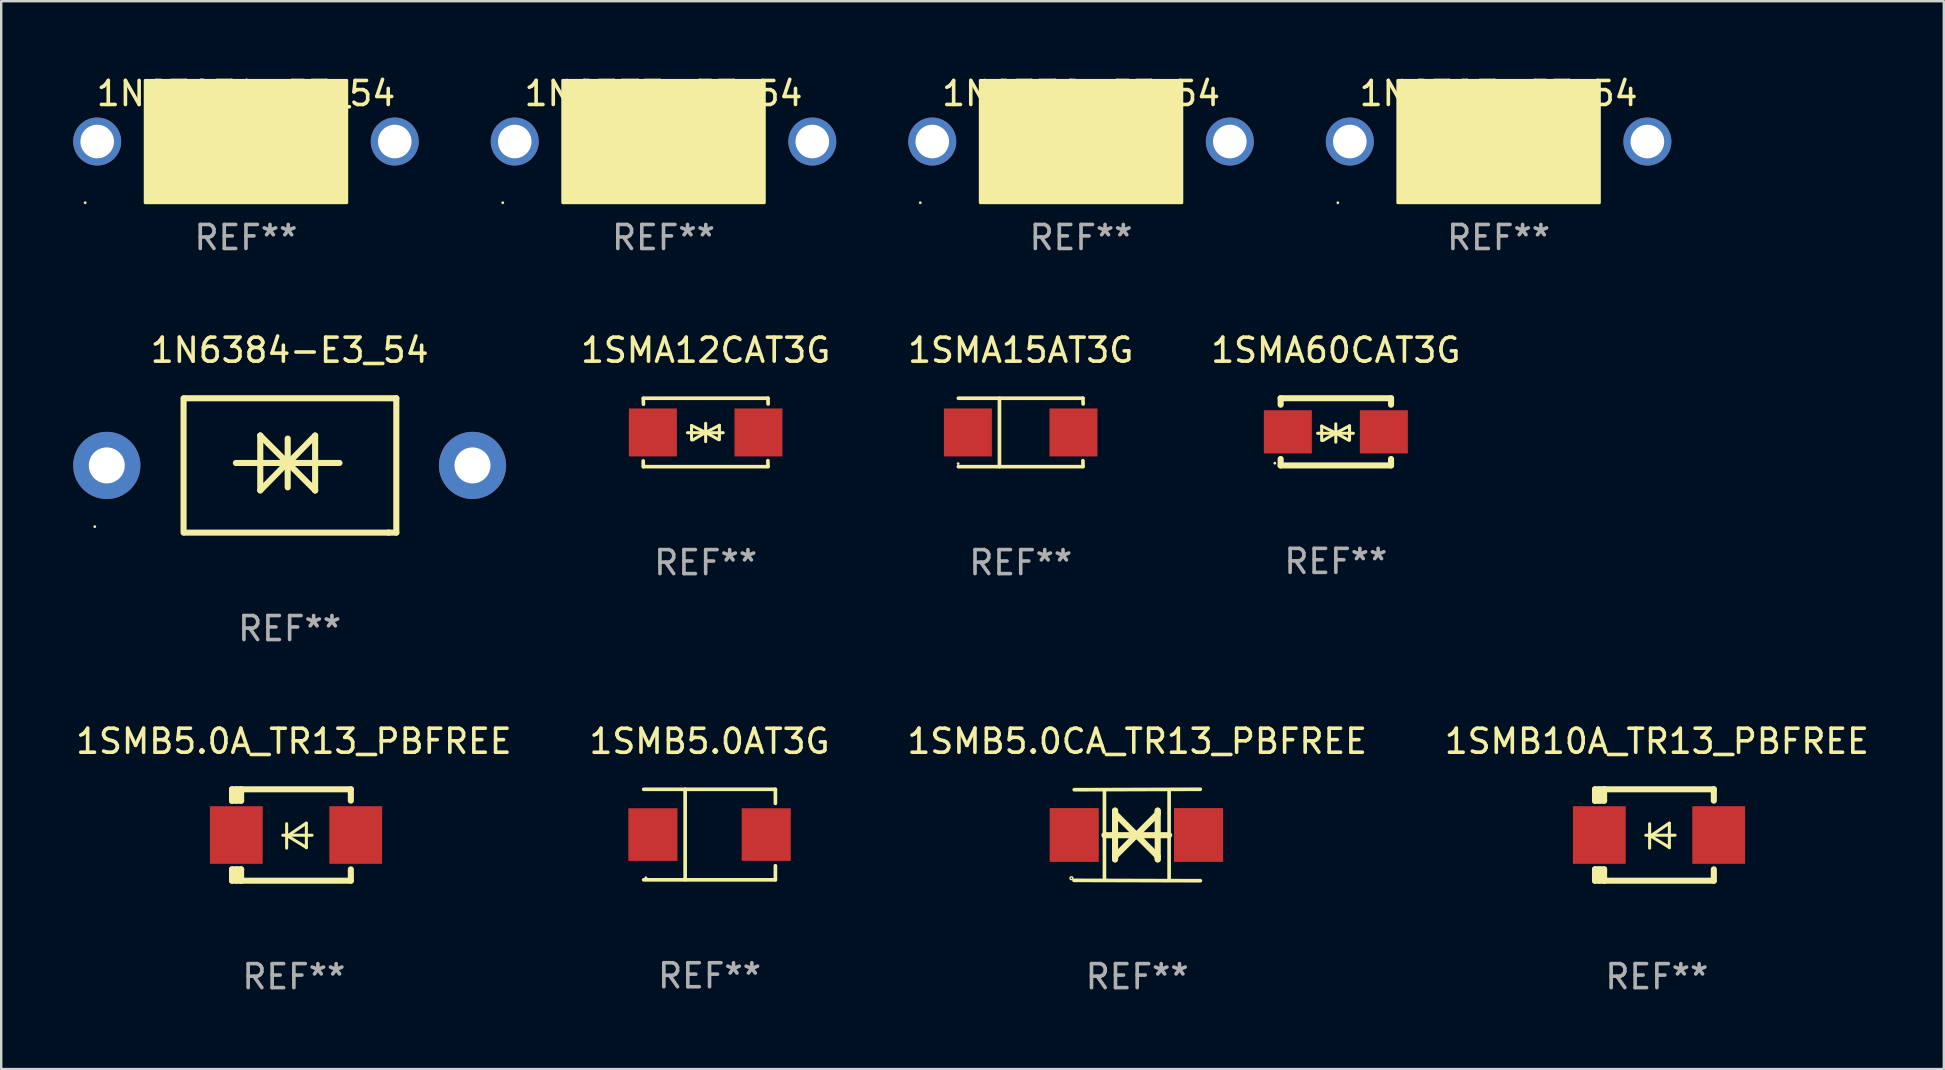
<source format=kicad_pcb>
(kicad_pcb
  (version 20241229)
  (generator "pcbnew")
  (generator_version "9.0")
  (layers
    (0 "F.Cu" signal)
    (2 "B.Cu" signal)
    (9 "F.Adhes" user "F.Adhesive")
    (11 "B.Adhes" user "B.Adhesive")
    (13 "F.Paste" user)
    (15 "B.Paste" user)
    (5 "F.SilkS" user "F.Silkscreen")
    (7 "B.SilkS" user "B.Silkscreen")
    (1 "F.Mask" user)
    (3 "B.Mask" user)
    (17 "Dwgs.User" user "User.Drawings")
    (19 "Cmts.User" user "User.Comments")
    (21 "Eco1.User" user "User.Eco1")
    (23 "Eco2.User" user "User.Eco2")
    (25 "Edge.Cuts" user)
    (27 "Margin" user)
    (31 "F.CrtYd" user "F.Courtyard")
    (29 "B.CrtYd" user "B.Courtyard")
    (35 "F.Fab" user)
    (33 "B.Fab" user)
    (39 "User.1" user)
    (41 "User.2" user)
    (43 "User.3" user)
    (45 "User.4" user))
  (footprint "1SMA12CAT3G"
    (layer "F.Cu")
    (at 26.356 14.971)
    (property "Reference" "1SMA12CAT3G" (at 0 -3.426 0) (layer "F.SilkS") (effects (font (size 1 1) (thickness 0.15))))
    (attr through_hole)
    (fp_line (start -2.596 -1.426) (end 2.596 -1.426) (stroke (width 0.152) (type solid)) (layer "F.SilkS"))
    (fp_line (start -2.596 1.426) (end -2.603 1.187) (stroke (width 0.152) (type solid)) (layer "F.SilkS"))
    (fp_line (start -2.596 1.426) (end 2.596 1.426) (stroke (width 0.152) (type solid)) (layer "F.SilkS"))
    (fp_line (start -2.593 -1.176) (end -2.6 -1.415) (stroke (width 0.152) (type solid)) (layer "F.SilkS"))
    (fp_line (start -0.758 0.011) (end 0.732 0.011) (stroke (width 0.127) (type solid)) (layer "F.SilkS"))
    (fp_line (start -0.588 -0.289) (end -0.588 0.311) (stroke (width 0.127) (type solid)) (layer "F.SilkS"))
    (fp_line (start -0.588 -0.289) (end 0 0) (stroke (width 0.127) (type solid)) (layer "F.SilkS"))
    (fp_line (start -0.528 0.311) (end 0 0) (stroke (width 0.127) (type solid)) (layer "F.SilkS"))
    (fp_line (start 0 0) (end 0 -0.381) (stroke (width 0.127) (type solid)) (layer "F.SilkS"))
    (fp_line (start 0 0) (end 0 0.381) (stroke (width 0.127) (type solid)) (layer "F.SilkS"))
    (fp_line (start 0.542 0.301) (end 0 0) (stroke (width 0.127) (type solid)) (layer "F.SilkS"))
    (fp_line (start 0.572 -0.299) (end 0 0) (stroke (width 0.127) (type solid)) (layer "F.SilkS"))
    (fp_line (start 0.572 -0.299) (end 0.572 0.301) (stroke (width 0.127) (type solid)) (layer "F.SilkS"))
    (fp_line (start 2.593 1.176) (end 2.6 1.415) (stroke (width 0.152) (type solid)) (layer "F.SilkS"))
    (fp_line (start 2.596 -1.426) (end 2.603 -1.187) (stroke (width 0.152) (type solid)) (layer "F.SilkS"))
    (fp_circle (center -2.605 1.3) (end -2.575 1.3) (stroke (width 0.06) (type solid)) (fill no) (layer "F.SilkS"))
    (fp_text user "REF**" (at 0 5.426 0) (layer "F.Fab") (effects (font (size 1 1) (thickness 0.15))))
    (pad "1" smd rect (at -2.2 0 180) (size 2 2) (layers "F.Cu" "F.Mask" "F.Paste"))
    (pad "2" smd rect (at 2.2 0 180) (size 2 2) (layers "F.Cu" "F.Mask" "F.Paste")))
  (footprint "1N6303A-E3_54"
    (layer "F.Cu")
    (at 7.2 2.848)
    (property "Reference" "1N6303A-E3_54" (at 0 -2 0) (layer "F.SilkS") (effects (font (size 1 1) (thickness 0.15))))
    (attr through_hole)
    (fp_circle (center -6.7 2.55) (end -6.67 2.55) (stroke (width 0.06) (type solid)) (fill no) (layer "F.SilkS"))
    (fp_poly (pts (xy -4.2 -2.55) (xy 4.2 -2.55) (xy 4.2 2.55) (xy -4.2 2.55)) (stroke (width 0.12) (type solid)) (fill yes) (layer "F.SilkS"))
    (fp_text user "REF**" (at 0 4 0) (layer "F.Fab") (effects (font (size 1 1) (thickness 0.15))))
    (pad "1" thru_hole circle (at -6.2 0) (size 2 2) (drill 1.4) (layers "*.Cu" "*.Mask"))
    (pad "2" thru_hole circle (at 6.2 0) (size 2 2) (drill 1.4) (layers "*.Cu" "*.Mask")))
  (footprint "1N6376-E3_54"
    (layer "F.Cu")
    (at 41.999 2.848)
    (property "Reference" "1N6376-E3_54" (at 0 -2 0) (layer "F.SilkS") (effects (font (size 1 1) (thickness 0.15))))
    (attr through_hole)
    (fp_circle (center -6.7 2.55) (end -6.67 2.55) (stroke (width 0.06) (type solid)) (fill no) (layer "F.SilkS"))
    (fp_poly (pts (xy -4.2 -2.55) (xy 4.2 -2.55) (xy 4.2 2.55) (xy -4.2 2.55)) (stroke (width 0.12) (type solid)) (fill yes) (layer "F.SilkS"))
    (fp_text user "REF**" (at 0 4 0) (layer "F.Fab") (effects (font (size 1 1) (thickness 0.15))))
    (pad "1" thru_hole circle (at -6.2 0) (size 2 2) (drill 1.4) (layers "*.Cu" "*.Mask"))
    (pad "2" thru_hole circle (at 6.2 0) (size 2 2) (drill 1.4) (layers "*.Cu" "*.Mask")))
  (footprint "1N6373-E3_54"
    (layer "F.Cu")
    (at 24.6 2.848)
    (property "Reference" "1N6373-E3_54" (at 0 -2 0) (layer "F.SilkS") (effects (font (size 1 1) (thickness 0.15))))
    (attr through_hole)
    (fp_circle (center -6.7 2.55) (end -6.67 2.55) (stroke (width 0.06) (type solid)) (fill no) (layer "F.SilkS"))
    (fp_poly (pts (xy -4.2 -2.55) (xy 4.2 -2.55) (xy 4.2 2.55) (xy -4.2 2.55)) (stroke (width 0.12) (type solid)) (fill yes) (layer "F.SilkS"))
    (fp_text user "REF**" (at 0 4 0) (layer "F.Fab") (effects (font (size 1 1) (thickness 0.15))))
    (pad "1" thru_hole circle (at -6.2 0) (size 2 2) (drill 1.4) (layers "*.Cu" "*.Mask"))
    (pad "2" thru_hole circle (at 6.2 0) (size 2 2) (drill 1.4) (layers "*.Cu" "*.Mask")))
  (footprint "1N6384-E3_54"
    (layer "F.Cu")
    (at 9.02 16.345)
    (property "Reference" "1N6384-E3_54" (at 0 -4.8 0) (layer "F.SilkS") (effects (font (size 1 1) (thickness 0.15))))
    (attr through_hole)
    (fp_line (start -4.42 2.8) (end -4.42 -2.8) (stroke (width 0.254) (type solid)) (layer "F.SilkS"))
    (fp_line (start -4.379 -2.799) (end 4.445 -2.799) (stroke (width 0.254) (type solid)) (layer "F.SilkS"))
    (fp_line (start -2.24 -0.102) (end 2.078 -0.102) (stroke (width 0.254) (type solid)) (layer "F.SilkS"))
    (fp_line (start -1.224 -1.245) (end -1.224 1.041) (stroke (width 0.254) (type solid)) (layer "F.SilkS"))
    (fp_line (start -1.224 -1.242) (end -1.224 -1.245) (stroke (width 0.254) (type solid)) (layer "F.SilkS"))
    (fp_line (start -0.081 -1.118) (end -0.081 0.914) (stroke (width 0.254) (type solid)) (layer "F.SilkS"))
    (fp_line (start -0.081 -0.125) (end -1.224 1.041) (stroke (width 0.254) (type solid)) (layer "F.SilkS"))
    (fp_line (start -0.081 -0.105) (end 1.062 1.038) (stroke (width 0.254) (type solid)) (layer "F.SilkS"))
    (fp_line (start -0.081 -0.099) (end -1.224 -1.242) (stroke (width 0.254) (type solid)) (layer "F.SilkS"))
    (fp_line (start -0.081 -0.079) (end 1.062 -1.245) (stroke (width 0.254) (type solid)) (layer "F.SilkS"))
    (fp_line (start 1.062 1.038) (end 1.062 1.041) (stroke (width 0.254) (type solid)) (layer "F.SilkS"))
    (fp_line (start 1.062 1.041) (end 1.062 -1.245) (stroke (width 0.254) (type solid)) (layer "F.SilkS"))
    (fp_line (start 4.12 2.8) (end -4.38 2.8) (stroke (width 0.254) (type solid)) (layer "F.SilkS"))
    (fp_line (start 4.445 -2.799) (end 4.445 2.799) (stroke (width 0.254) (type solid)) (layer "F.SilkS"))
    (fp_line (start 4.445 2.799) (end 4.12 2.799) (stroke (width 0.254) (type solid)) (layer "F.SilkS"))
    (fp_circle (center -8.12 2.55) (end -8.09 2.55) (stroke (width 0.06) (type solid)) (fill no) (layer "F.SilkS"))
    (fp_text user "REF**" (at 0 6.8 0) (layer "F.Fab") (effects (font (size 1 1) (thickness 0.15))))
    (pad "1" thru_hole circle (at -7.62 0) (size 2.8 2.8) (drill 1.5) (layers "*.Cu" "*.Mask"))
    (pad "2" thru_hole circle (at 7.62 0) (size 2.8 2.8) (drill 1.5) (layers "*.Cu" "*.Mask")))
  (footprint "1N6383-E3_54"
    (layer "F.Cu")
    (at 59.399 2.848)
    (property "Reference" "1N6383-E3_54" (at 0 -2 0) (layer "F.SilkS") (effects (font (size 1 1) (thickness 0.15))))
    (attr through_hole)
    (fp_circle (center -6.7 2.55) (end -6.67 2.55) (stroke (width 0.06) (type solid)) (fill no) (layer "F.SilkS"))
    (fp_poly (pts (xy -4.2 -2.55) (xy 4.2 -2.55) (xy 4.2 2.55) (xy -4.2 2.55)) (stroke (width 0.12) (type solid)) (fill yes) (layer "F.SilkS"))
    (fp_text user "REF**" (at 0 4 0) (layer "F.Fab") (effects (font (size 1 1) (thickness 0.15))))
    (pad "1" thru_hole circle (at -6.2 0) (size 2 2) (drill 1.4) (layers "*.Cu" "*.Mask"))
    (pad "2" thru_hole circle (at 6.2 0) (size 2 2) (drill 1.4) (layers "*.Cu" "*.Mask")))
  (footprint "1SMB5.0AT3G"
    (layer "F.Cu")
    (at 26.518 31.728)
    (property "Reference" "1SMB5.0AT3G" (at 0 -3.886 0) (layer "F.SilkS") (effects (font (size 1 1) (thickness 0.15))))
    (attr through_hole)
    (fp_line (start -2.744 -1.886) (end 2.744 -1.886) (stroke (width 0.152) (type solid)) (layer "F.SilkS"))
    (fp_line (start -2.744 1.886) (end 2.744 1.886) (stroke (width 0.152) (type solid)) (layer "F.SilkS"))
    (fp_line (start -1.016 -1.886) (end -1.016 1.886) (stroke (width 0.152) (type solid)) (layer "F.SilkS"))
    (fp_line (start 2.744 -1.886) (end 2.744 -1.299) (stroke (width 0.152) (type solid)) (layer "F.SilkS"))
    (fp_line (start 2.744 1.886) (end 2.744 1.299) (stroke (width 0.152) (type solid)) (layer "F.SilkS"))
    (fp_circle (center -2.65 1.8) (end -2.62 1.8) (stroke (width 0.06) (type solid)) (fill no) (layer "F.SilkS"))
    (fp_text user "REF**" (at 0 5.886 0) (layer "F.Fab") (effects (font (size 1 1) (thickness 0.15))))
    (pad "1" smd rect (at -2.361 0) (size 2.047 2.192) (layers "F.Cu" "F.Mask" "F.Paste"))
    (pad "2" smd rect (at 2.361 0) (size 2.047 2.192) (layers "F.Cu" "F.Mask" "F.Paste")))
  (footprint "1SMB5.0CA_TR13_PBFREE"
    (layer "F.Cu")
    (at 44.339 31.746)
    (property "Reference" "1SMB5.0CA_TR13_PBFREE" (at 0 -3.905 0) (layer "F.SilkS") (effects (font (size 1 1) (thickness 0.15))))
    (attr through_hole)
    (fp_line (start -1.365 1.886) (end -1.365 -1.886) (stroke (width 0.152) (type solid)) (layer "F.SilkS"))
    (fp_line (start -1.365 0.008) (end 1.33 0.008) (stroke (width 0.254) (type solid)) (layer "F.SilkS"))
    (fp_line (start -0.923 -1.016) (end -0.923 1.016) (stroke (width 0.254) (type solid)) (layer "F.SilkS"))
    (fp_line (start -0.923 -0.889) (end -0.923 -1.016) (stroke (width 0.254) (type solid)) (layer "F.SilkS"))
    (fp_line (start -0.923 0.889) (end -0.034 0) (stroke (width 0.254) (type solid)) (layer "F.SilkS"))
    (fp_line (start -0.923 1.016) (end -0.923 0.889) (stroke (width 0.254) (type solid)) (layer "F.SilkS"))
    (fp_line (start -0.034 0) (end -0.923 -0.889) (stroke (width 0.254) (type solid)) (layer "F.SilkS"))
    (fp_line (start -0.034 0) (end 0.855 0.889) (stroke (width 0.254) (type solid)) (layer "F.SilkS"))
    (fp_line (start 0.855 -1.016) (end 0.855 -0.889) (stroke (width 0.254) (type solid)) (layer "F.SilkS"))
    (fp_line (start 0.855 -0.889) (end -0.034 0) (stroke (width 0.254) (type solid)) (layer "F.SilkS"))
    (fp_line (start 0.855 0.889) (end 0.855 1.016) (stroke (width 0.254) (type solid)) (layer "F.SilkS"))
    (fp_line (start 0.855 1.016) (end 0.855 -1.016) (stroke (width 0.254) (type solid)) (layer "F.SilkS"))
    (fp_line (start 1.33 1.886) (end 1.33 -1.886) (stroke (width 0.152) (type solid)) (layer "F.SilkS"))
    (fp_line (start 2.629 -1.905) (end -2.625 -1.887) (stroke (width 0.152) (type solid)) (layer "F.SilkS"))
    (fp_line (start 2.633 1.905) (end -2.633 1.89) (stroke (width 0.152) (type solid)) (layer "F.SilkS"))
    (fp_circle (center -2.741 1.8) (end -2.712 1.8) (stroke (width 0.06) (type solid)) (fill no) (layer "F.SilkS"))
    (fp_text user "REF**" (at 0 5.905 0) (layer "F.Fab") (effects (font (size 1 1) (thickness 0.15))))
    (pad "1" smd rect (at -2.625 0) (size 2.047 2.241) (layers "F.Cu" "F.Mask" "F.Paste"))
    (pad "2" smd rect (at 2.557 0) (size 2.047 2.241) (layers "F.Cu" "F.Mask" "F.Paste")))
  (footprint "1SMB5.0A_TR13_PBFREE"
    (layer "F.Cu")
    (at 9.196 31.746)
    (property "Reference" "1SMB5.0A_TR13_PBFREE" (at 0 -3.905 0) (layer "F.SilkS") (effects (font (size 1 1) (thickness 0.15))))
    (attr through_hole)
    (fp_line (start -2.577 -1.905) (end -2.577 -1.431) (stroke (width 0.254) (type solid)) (layer "F.SilkS"))
    (fp_line (start -2.577 1.431) (end -2.577 1.905) (stroke (width 0.254) (type solid)) (layer "F.SilkS"))
    (fp_line (start -2.577 1.431) (end -2.198 1.431) (stroke (width 0.254) (type solid)) (layer "F.SilkS"))
    (fp_line (start -2.577 1.905) (end -2.198 1.905) (stroke (width 0.254) (type solid)) (layer "F.SilkS"))
    (fp_line (start -2.577 -1.431) (end -2.577 -1.431) (stroke (width 0.254) (type solid)) (layer "F.SilkS"))
    (fp_line (start -2.395 -1.431) (end -2.395 -1.905) (stroke (width 0.254) (type solid)) (layer "F.SilkS"))
    (fp_line (start -2.395 1.905) (end -2.395 1.431) (stroke (width 0.254) (type solid)) (layer "F.SilkS"))
    (fp_line (start -2.198 -1.905) (end -2.577 -1.905) (stroke (width 0.254) (type solid)) (layer "F.SilkS"))
    (fp_line (start -2.198 -1.905) (end 2.374 -1.905) (stroke (width 0.254) (type solid)) (layer "F.SilkS"))
    (fp_line (start -2.198 -1.431) (end -2.577 -1.431) (stroke (width 0.254) (type solid)) (layer "F.SilkS"))
    (fp_line (start -2.198 -1.431) (end -2.198 -1.905) (stroke (width 0.254) (type solid)) (layer "F.SilkS"))
    (fp_line (start -2.198 1.905) (end -2.198 1.431) (stroke (width 0.254) (type solid)) (layer "F.SilkS"))
    (fp_line (start -0.46 0.01) (end 0.759 0.01) (stroke (width 0.127) (type solid)) (layer "F.SilkS"))
    (fp_line (start -0.301 -0.47) (end -0.301 0.546) (stroke (width 0.127) (type solid)) (layer "F.SilkS"))
    (fp_line (start -0.262 0.04) (end 0.521 0.52) (stroke (width 0.127) (type solid)) (layer "F.SilkS"))
    (fp_line (start 0.521 -0.5) (end -0.262 0.04) (stroke (width 0.127) (type solid)) (layer "F.SilkS"))
    (fp_line (start 0.521 0.53) (end 0.521 -0.486) (stroke (width 0.127) (type solid)) (layer "F.SilkS"))
    (fp_line (start 2.374 -1.905) (end 2.374 -1.431) (stroke (width 0.254) (type solid)) (layer "F.SilkS"))
    (fp_line (start 2.374 1.431) (end 2.374 1.905) (stroke (width 0.254) (type solid)) (layer "F.SilkS"))
    (fp_line (start 2.374 1.905) (end -2.198 1.905) (stroke (width 0.254) (type solid)) (layer "F.SilkS"))
    (fp_circle (center -2.561 1.8) (end -2.531 1.8) (stroke (width 0.06) (type solid)) (fill no) (layer "F.SilkS"))
    (fp_text user "REF**" (at 0 5.905 0) (layer "F.Fab") (effects (font (size 1 1) (thickness 0.15))))
    (pad "1" smd rect (at -2.398 -0.000025) (size 2.2 2.4) (layers "F.Cu" "F.Mask" "F.Paste"))
    (pad "2" smd rect (at 2.577 -0.000025) (size 2.2 2.4) (layers "F.Cu" "F.Mask" "F.Paste")))
  (footprint "1SMB10A_TR13_PBFREE"
    (layer "F.Cu")
    (at 65.994 31.746)
    (property "Reference" "1SMB10A_TR13_PBFREE" (at 0 -3.905 0) (layer "F.SilkS") (effects (font (size 1 1) (thickness 0.15))))
    (attr through_hole)
    (fp_line (start -2.577 -1.905) (end -2.577 -1.431) (stroke (width 0.254) (type solid)) (layer "F.SilkS"))
    (fp_line (start -2.577 1.431) (end -2.577 1.905) (stroke (width 0.254) (type solid)) (layer "F.SilkS"))
    (fp_line (start -2.577 1.431) (end -2.198 1.431) (stroke (width 0.254) (type solid)) (layer "F.SilkS"))
    (fp_line (start -2.577 1.905) (end -2.198 1.905) (stroke (width 0.254) (type solid)) (layer "F.SilkS"))
    (fp_line (start -2.577 -1.431) (end -2.577 -1.431) (stroke (width 0.254) (type solid)) (layer "F.SilkS"))
    (fp_line (start -2.395 -1.431) (end -2.395 -1.905) (stroke (width 0.254) (type solid)) (layer "F.SilkS"))
    (fp_line (start -2.395 1.905) (end -2.395 1.431) (stroke (width 0.254) (type solid)) (layer "F.SilkS"))
    (fp_line (start -2.198 -1.905) (end -2.577 -1.905) (stroke (width 0.254) (type solid)) (layer "F.SilkS"))
    (fp_line (start -2.198 -1.905) (end 2.374 -1.905) (stroke (width 0.254) (type solid)) (layer "F.SilkS"))
    (fp_line (start -2.198 -1.431) (end -2.577 -1.431) (stroke (width 0.254) (type solid)) (layer "F.SilkS"))
    (fp_line (start -2.198 -1.431) (end -2.198 -1.905) (stroke (width 0.254) (type solid)) (layer "F.SilkS"))
    (fp_line (start -2.198 1.905) (end -2.198 1.431) (stroke (width 0.254) (type solid)) (layer "F.SilkS"))
    (fp_line (start -0.46 0.01) (end 0.759 0.01) (stroke (width 0.127) (type solid)) (layer "F.SilkS"))
    (fp_line (start -0.301 -0.47) (end -0.301 0.546) (stroke (width 0.127) (type solid)) (layer "F.SilkS"))
    (fp_line (start -0.262 0.04) (end 0.521 0.52) (stroke (width 0.127) (type solid)) (layer "F.SilkS"))
    (fp_line (start 0.521 -0.5) (end -0.262 0.04) (stroke (width 0.127) (type solid)) (layer "F.SilkS"))
    (fp_line (start 0.521 0.53) (end 0.521 -0.486) (stroke (width 0.127) (type solid)) (layer "F.SilkS"))
    (fp_line (start 2.374 -1.905) (end 2.374 -1.431) (stroke (width 0.254) (type solid)) (layer "F.SilkS"))
    (fp_line (start 2.374 1.431) (end 2.374 1.905) (stroke (width 0.254) (type solid)) (layer "F.SilkS"))
    (fp_line (start 2.374 1.905) (end -2.198 1.905) (stroke (width 0.254) (type solid)) (layer "F.SilkS"))
    (fp_circle (center -2.561 1.8) (end -2.531 1.8) (stroke (width 0.06) (type solid)) (fill no) (layer "F.SilkS"))
    (fp_text user "REF**" (at 0 5.905 0) (layer "F.Fab") (effects (font (size 1 1) (thickness 0.15))))
    (pad "1" smd rect (at -2.398 -0.000025) (size 2.2 2.4) (layers "F.Cu" "F.Mask" "F.Paste"))
    (pad "2" smd rect (at 2.577 -0.000025) (size 2.2 2.4) (layers "F.Cu" "F.Mask" "F.Paste")))
  (footprint "1SMA60CAT3G"
    (layer "F.Cu")
    (at 52.617 14.945)
    (property "Reference" "1SMA60CAT3G" (at 0 -3.4 0) (layer "F.SilkS") (effects (font (size 1 1) (thickness 0.15))))
    (attr through_hole)
    (fp_line (start -2.3 -1.4) (end -2.3 -1.131) (stroke (width 0.254) (type solid)) (layer "F.SilkS"))
    (fp_line (start -2.3 -1.4) (end 2.3 -1.4) (stroke (width 0.254) (type solid)) (layer "F.SilkS"))
    (fp_line (start -2.3 1.131) (end -2.3 1.4) (stroke (width 0.254) (type solid)) (layer "F.SilkS"))
    (fp_line (start -2.3 1.4) (end 2.3 1.4) (stroke (width 0.254) (type solid)) (layer "F.SilkS"))
    (fp_line (start -0.76 0.06) (end 0.73 0.06) (stroke (width 0.127) (type solid)) (layer "F.SilkS"))
    (fp_line (start -0.59 -0.24) (end -0.59 0.36) (stroke (width 0.127) (type solid)) (layer "F.SilkS"))
    (fp_line (start -0.59 -0.24) (end -0.002 0.049) (stroke (width 0.127) (type solid)) (layer "F.SilkS"))
    (fp_line (start -0.53 0.36) (end -0.002 0.049) (stroke (width 0.127) (type solid)) (layer "F.SilkS"))
    (fp_line (start -0.002 0.049) (end -0.002 -0.332) (stroke (width 0.127) (type solid)) (layer "F.SilkS"))
    (fp_line (start -0.002 0.049) (end -0.002 0.43) (stroke (width 0.127) (type solid)) (layer "F.SilkS"))
    (fp_line (start 0.54 0.35) (end -0.002 0.049) (stroke (width 0.127) (type solid)) (layer "F.SilkS"))
    (fp_line (start 0.57 -0.25) (end -0.002 0.049) (stroke (width 0.127) (type solid)) (layer "F.SilkS"))
    (fp_line (start 0.57 -0.25) (end 0.57 0.35) (stroke (width 0.127) (type solid)) (layer "F.SilkS"))
    (fp_line (start 2.3 -1.4) (end 2.3 -1.131) (stroke (width 0.254) (type solid)) (layer "F.SilkS"))
    (fp_line (start 2.3 1.131) (end 2.3 1.4) (stroke (width 0.254) (type solid)) (layer "F.SilkS"))
    (fp_circle (center -2.542 1.308) (end -2.512 1.308) (stroke (width 0.06) (type solid)) (fill no) (layer "F.SilkS"))
    (fp_text user "REF**" (at 0 5.4 0) (layer "F.Fab") (effects (font (size 1 1) (thickness 0.15))))
    (pad "1" smd rect (at -2 0) (size 2 1.8) (layers "F.Cu" "F.Mask" "F.Paste"))
    (pad "2" smd rect (at 2 0) (size 2 1.8) (layers "F.Cu" "F.Mask" "F.Paste")))
  (footprint "1SMA15AT3G"
    (layer "F.Cu")
    (at 39.486 14.971)
    (property "Reference" "1SMA15AT3G" (at 0 -3.426 0) (layer "F.SilkS") (effects (font (size 1 1) (thickness 0.15))))
    (attr through_hole)
    (fp_line (start -2.6 -1.426) (end 2.593 -1.426) (stroke (width 0.152) (type solid)) (layer "F.SilkS"))
    (fp_line (start -2.6 1.426) (end 2.593 1.426) (stroke (width 0.152) (type solid)) (layer "F.SilkS"))
    (fp_line (start -0.887 -1.426) (end -0.887 1.426) (stroke (width 0.152) (type solid)) (layer "F.SilkS"))
    (fp_line (start 2.59 1.176) (end 2.597 1.415) (stroke (width 0.152) (type solid)) (layer "F.SilkS"))
    (fp_line (start 2.593 -1.426) (end 2.6 -1.187) (stroke (width 0.152) (type solid)) (layer "F.SilkS"))
    (fp_circle (center -2.608 1.3) (end -2.578 1.3) (stroke (width 0.06) (type solid)) (fill no) (layer "F.SilkS"))
    (fp_text user "REF**" (at 0 5.426 0) (layer "F.Fab") (effects (font (size 1 1) (thickness 0.15))))
    (pad "1" smd rect (at -2.203 0 180) (size 2 2) (layers "F.Cu" "F.Mask" "F.Paste"))
    (pad "2" smd rect (at 2.197 0 180) (size 2 2) (layers "F.Cu" "F.Mask" "F.Paste")))
  (gr_rect
    (start -3 -3)
    (end 77.952 41.5)
    (stroke (width 0.1) (type default))
    (fill no)
    (layer "Edge.Cuts")))
</source>
